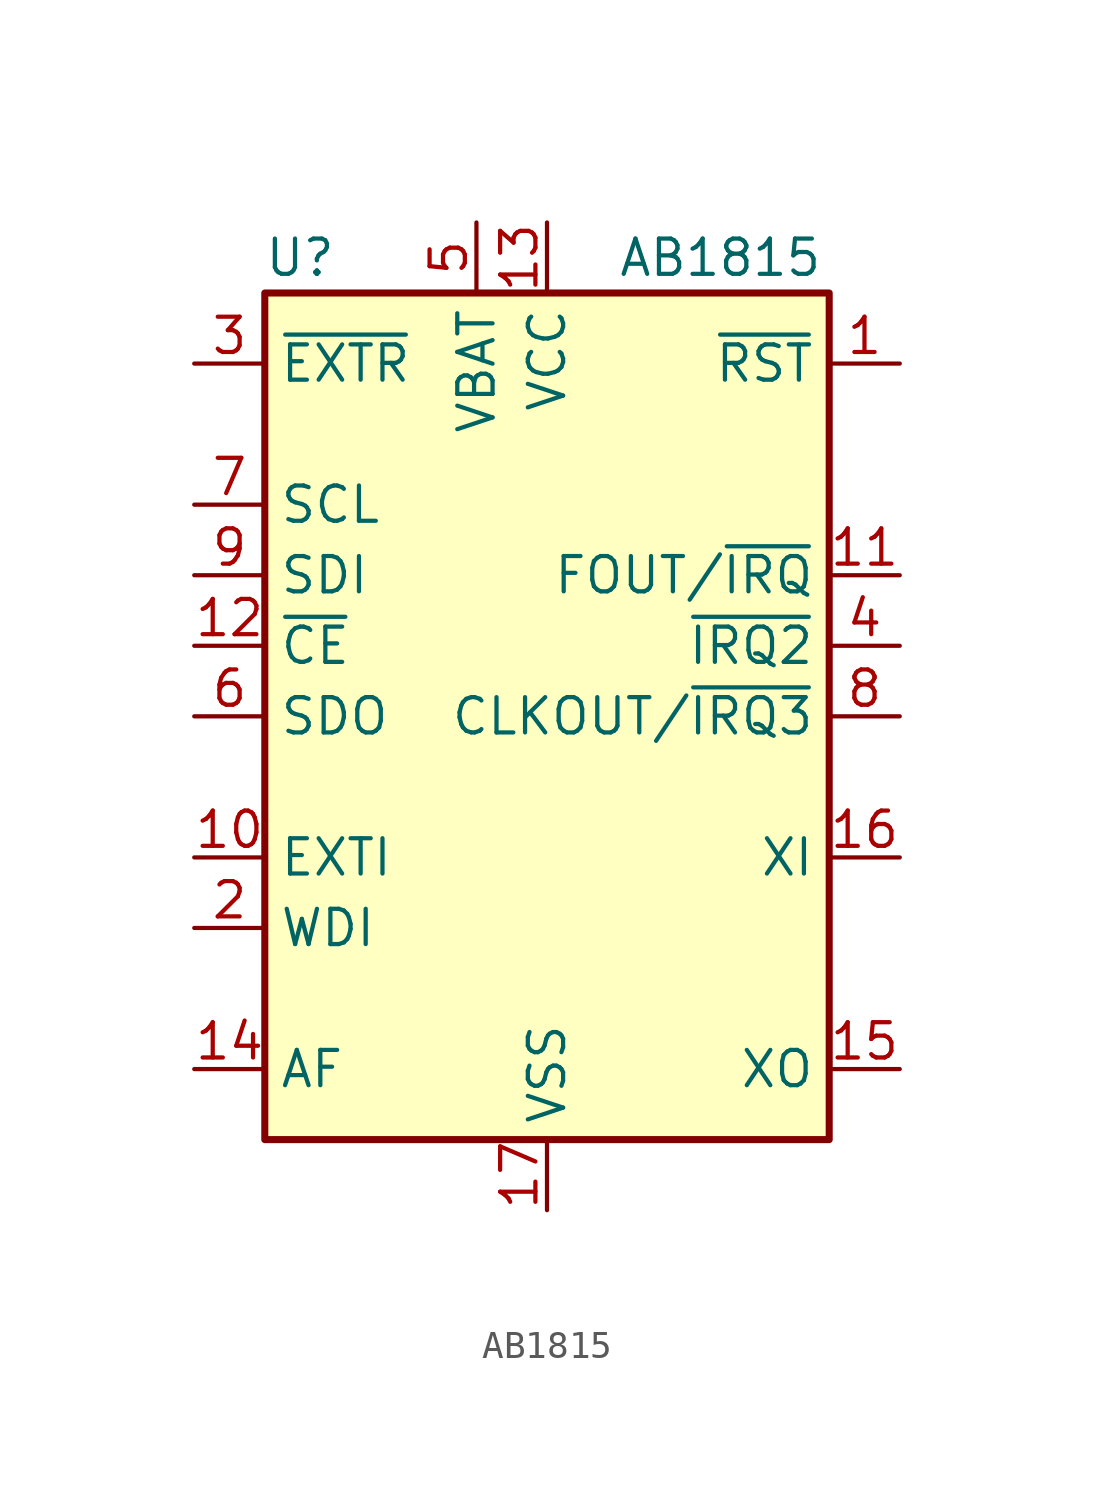
<source format=kicad_sym>
(kicad_symbol_lib
  (version 20220914)
  (generator kicad_symbol_editor)
  (symbol "AB1815"
    (property "Reference" "U"
      (at -8.89 16.51 0)
      (effects (font (size 1.27 1.27))))
    (property "Value" "AB1815"
      (at 2.54 16.51 0)
      (effects (font (size 1.27 1.27)) (justify left)))
    (symbol "AB1815_0_1"
      (rectangle (start -10.16 15.24) (end 10.16 -15.24) (stroke (width 0.254) (type default)) (fill (type background))))
    (symbol "AB1815_1_1"
      (pin open_collector line (at 12.7 12.7 180) (length 2.54) (name "~{RST}" (effects (font (size 1.27 1.27)))) (number "1" (effects (font (size 1.27 1.27)))))
      (pin input line (at -12.7 -5.08 0) (length 2.54) (name "EXTI" (effects (font (size 1.27 1.27)))) (number "10" (effects (font (size 1.27 1.27)))))
      (pin open_collector line (at 12.7 5.08 180) (length 2.54) (name "FOUT/~{IRQ}" (effects (font (size 1.27 1.27)))) (number "11" (effects (font (size 1.27 1.27)))))
      (pin input line (at -12.7 2.54 0) (length 2.54) (name "~{CE}" (effects (font (size 1.27 1.27)))) (number "12" (effects (font (size 1.27 1.27)))))
      (pin power_in line (at 0 17.78 270) (length 2.54) (name "VCC" (effects (font (size 1.27 1.27)))) (number "13" (effects (font (size 1.27 1.27)))))
      (pin passive line (at -12.7 -12.7 0) (length 2.54) (name "AF" (effects (font (size 1.27 1.27)))) (number "14" (effects (font (size 1.27 1.27)))))
      (pin output line (at 12.7 -12.7 180) (length 2.54) (name "XO" (effects (font (size 1.27 1.27)))) (number "15" (effects (font (size 1.27 1.27)))))
      (pin input line (at 12.7 -5.08 180) (length 2.54) (name "XI" (effects (font (size 1.27 1.27)))) (number "16" (effects (font (size 1.27 1.27)))))
      (pin power_in line (at 0 -17.78 90) (length 2.54) (name "VSS" (effects (font (size 1.27 1.27)))) (number "17" (effects (font (size 1.27 1.27)))))
      (pin input line (at -12.7 -7.62 0) (length 2.54) (name "WDI" (effects (font (size 1.27 1.27)))) (number "2" (effects (font (size 1.27 1.27)))))
      (pin input line (at -12.7 12.7 0) (length 2.54) (name "~{EXTR}" (effects (font (size 1.27 1.27)))) (number "3" (effects (font (size 1.27 1.27)))))
      (pin open_collector line (at 12.7 2.54 180) (length 2.54) (name "~{IRQ2}" (effects (font (size 1.27 1.27)))) (number "4" (effects (font (size 1.27 1.27)))))
      (pin power_in line (at -2.54 17.78 270) (length 2.54) (name "VBAT" (effects (font (size 1.27 1.27)))) (number "5" (effects (font (size 1.27 1.27)))))
      (pin output line (at -12.7 0 0) (length 2.54) (name "SDO" (effects (font (size 1.27 1.27)))) (number "6" (effects (font (size 1.27 1.27)))))
      (pin input line (at -12.7 7.62 0) (length 2.54) (name "SCL" (effects (font (size 1.27 1.27)))) (number "7" (effects (font (size 1.27 1.27)))))
      (pin output line (at 12.7 0 180) (length 2.54) (name "CLKOUT/~{IRQ3}" (effects (font (size 1.27 1.27)))) (number "8" (effects (font (size 1.27 1.27)))))
      (pin input line (at -12.7 5.08 0) (length 2.54) (name "SDI" (effects (font (size 1.27 1.27)))) (number "9" (effects (font (size 1.27 1.27))))))))
</source>
